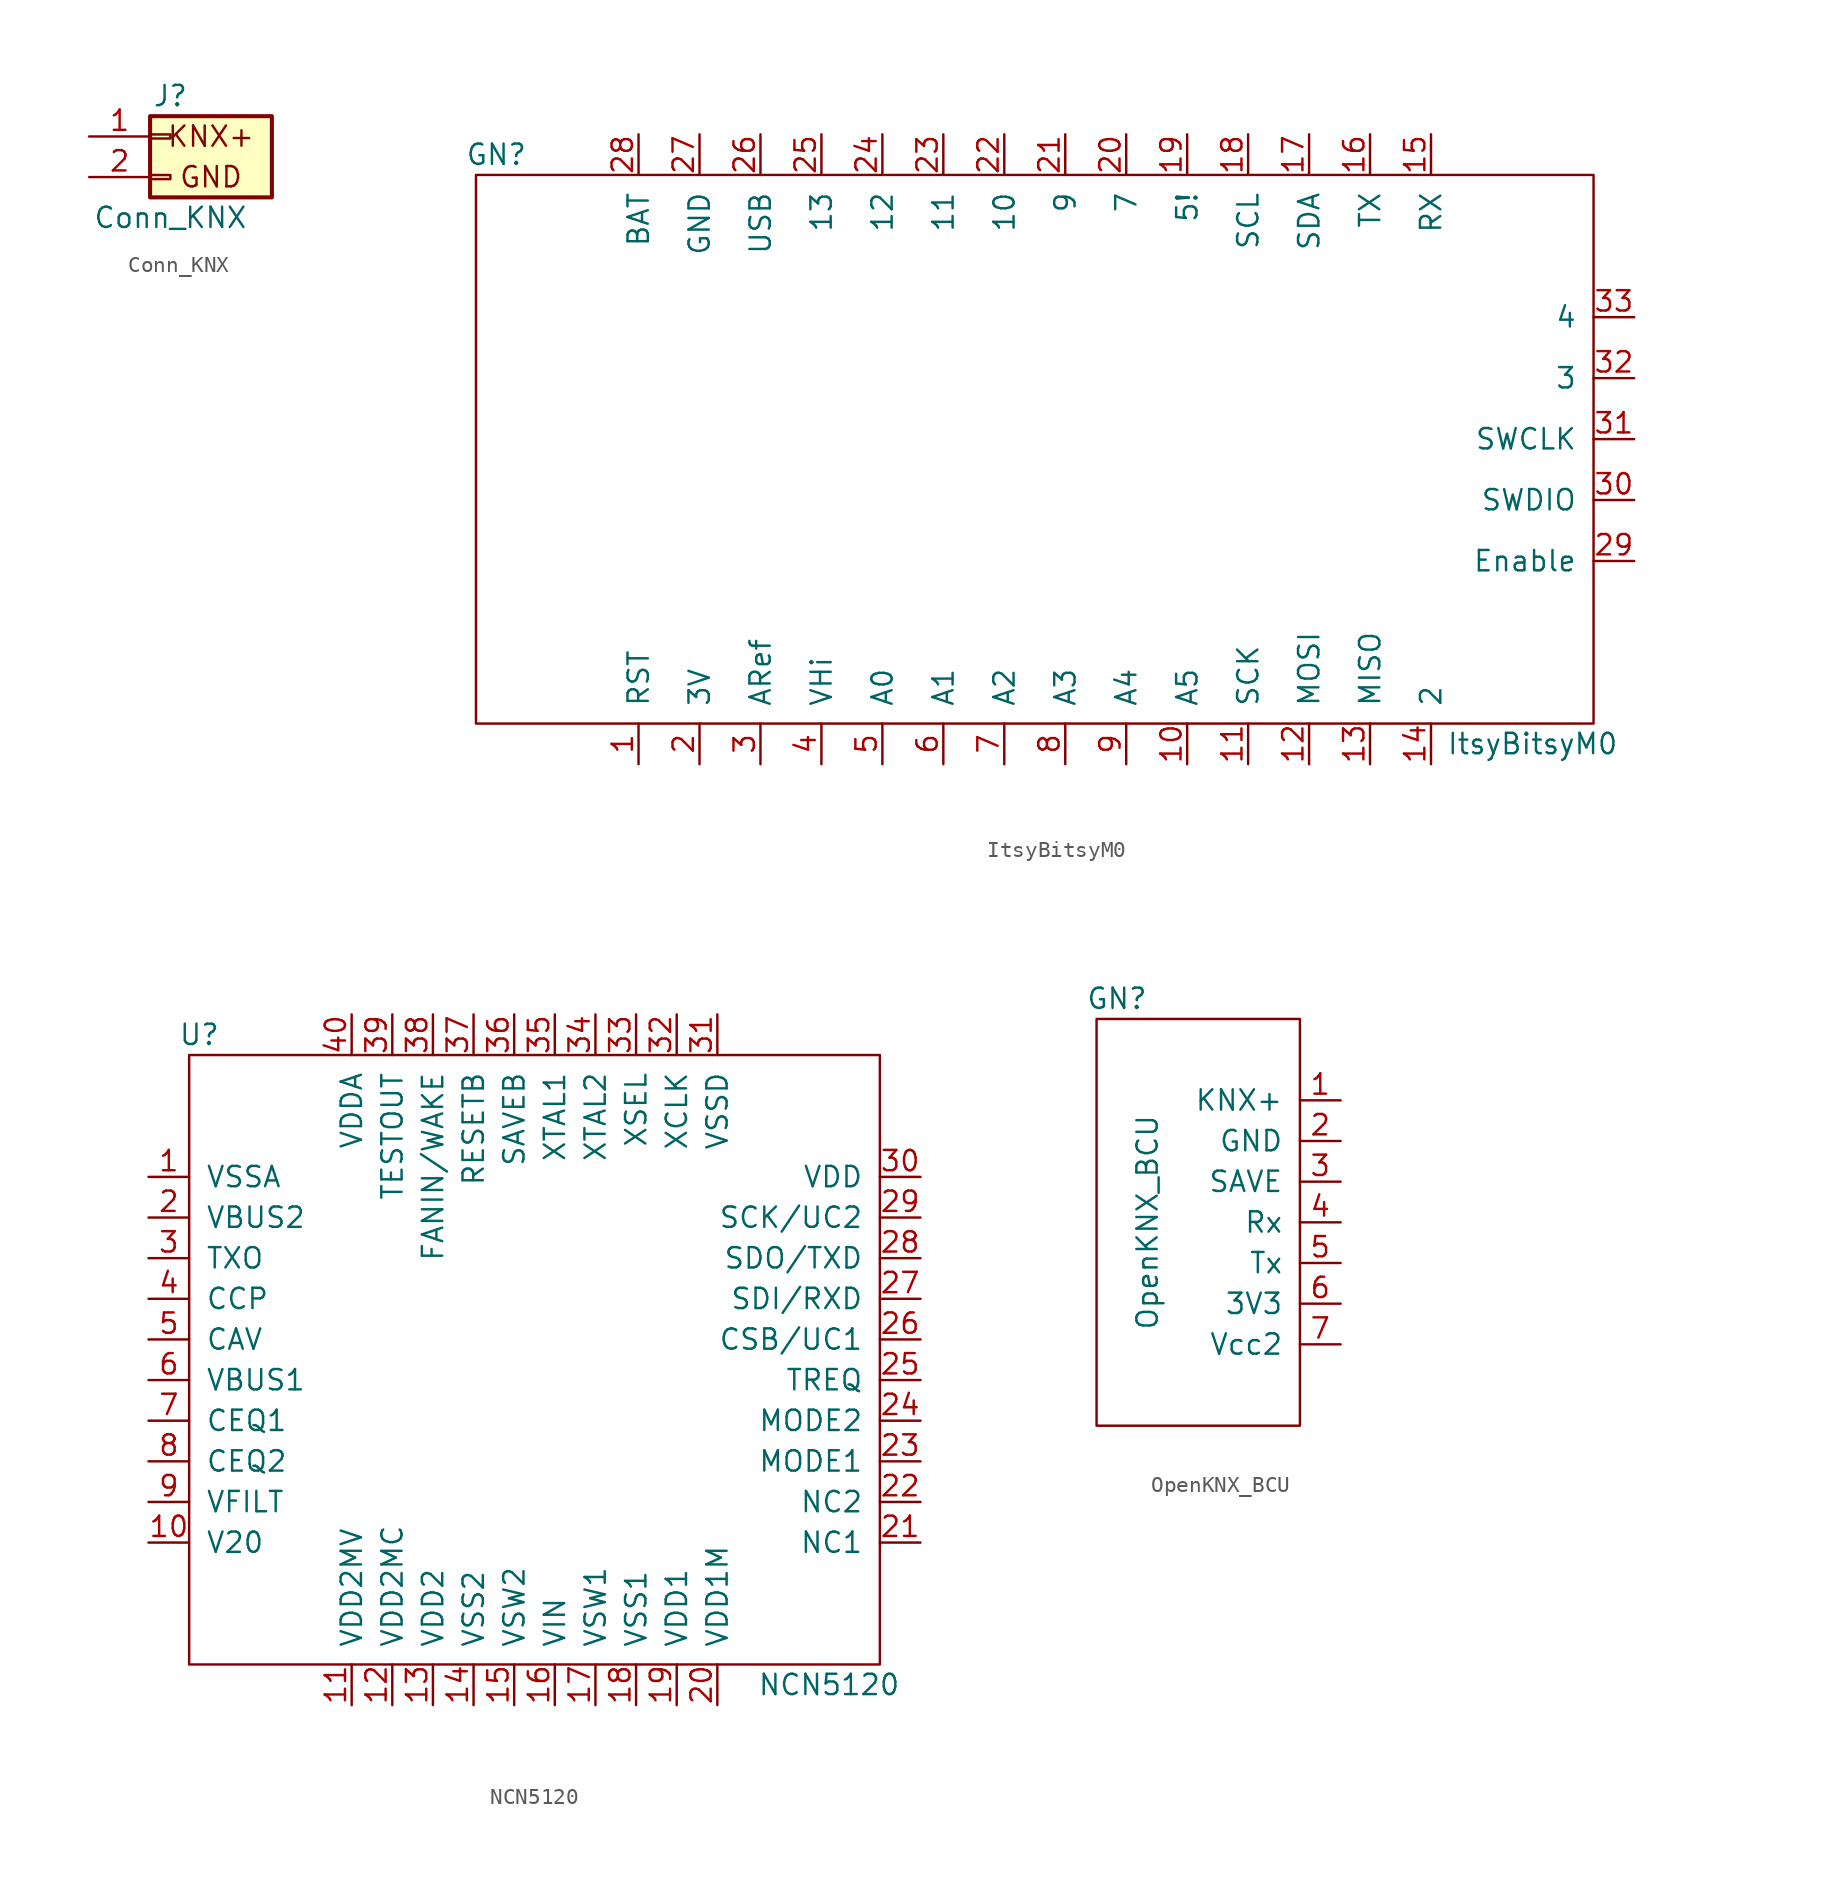
<source format=kicad_sym>
(kicad_symbol_lib
  (version 20231120)
  (generator "kicad_symbol_editor")
  (generator_version "8.0")
  (symbol "Conn_KNX"
    (pin_names
      (offset 1.016) hide)
    (property "Reference" "J"
      (at 0 2.54 0)
      (effects (font (size 1.27 1.27))))
    (property "Value" "Conn_KNX"
      (at 0 -5.08 0)
      (effects (font (size 1.27 1.27))))
    (symbol "Conn_KNX_0_0"
      (text "GND" (at 2.54 -2.54 0) (effects (font (size 1.27 1.27))))
      (text "KNX+" (at 2.54 0 0) (effects (font (size 1.27 1.27)))))
    (symbol "Conn_KNX_1_1"
      (rectangle (start -1.27 -2.413) (end 0 -2.667) (stroke (width 0.152) (type solid)) (fill (type none)))
      (rectangle (start -1.27 0.127) (end 0 -0.127) (stroke (width 0.152) (type solid)) (fill (type none)))
      (rectangle (start -1.27 1.27) (end 6.35 -3.81) (stroke (width 0.254) (type solid)) (fill (type background)))
      (pin passive line (at -5.08 0 0) (length 3.81) (name "Pin_1" (effects (font (size 1.27 1.27)))) (number "1" (effects (font (size 1.27 1.27)))))
      (pin passive line (at -5.08 -2.54 0) (length 3.81) (name "Pin_2" (effects (font (size 1.27 1.27)))) (number "2" (effects (font (size 1.27 1.27)))))))
  (symbol "ItsyBitsyM0"
    (pin_names
      (offset 1.016))
    (property "Reference" "GN"
      (at -33.02 17.78 0)
      (effects (font (size 1.27 1.27))))
    (property "Value" "ItsyBitsyM0"
      (at 31.75 -19.05 0)
      (effects (font (size 1.27 1.27))))
    (symbol "ItsyBitsyM0_0_1"
      (rectangle (start 35.56 16.51) (end -34.29 -17.78) (stroke (width 0) (type solid)) (fill (type none))))
    (symbol "ItsyBitsyM0_1_1"
      (pin input line (at -24.13 -20.32 90) (length 2.54) (name "RST" (effects (font (size 1.27 1.27)))) (number "1" (effects (font (size 1.27 1.27)))))
      (pin bidirectional line (at 10.16 -20.32 90) (length 2.54) (name "A5" (effects (font (size 1.27 1.27)))) (number "10" (effects (font (size 1.27 1.27)))))
      (pin bidirectional line (at 13.97 -20.32 90) (length 2.54) (name "SCK" (effects (font (size 1.27 1.27)))) (number "11" (effects (font (size 1.27 1.27)))))
      (pin bidirectional line (at 17.78 -20.32 90) (length 2.54) (name "MOSI" (effects (font (size 1.27 1.27)))) (number "12" (effects (font (size 1.27 1.27)))))
      (pin bidirectional line (at 21.59 -20.32 90) (length 2.54) (name "MISO" (effects (font (size 1.27 1.27)))) (number "13" (effects (font (size 1.27 1.27)))))
      (pin bidirectional line (at 25.4 -20.32 90) (length 2.54) (name "2" (effects (font (size 1.27 1.27)))) (number "14" (effects (font (size 1.27 1.27)))))
      (pin input line (at 25.4 19.05 270) (length 2.54) (name "RX" (effects (font (size 1.27 1.27)))) (number "15" (effects (font (size 1.27 1.27)))))
      (pin input line (at 21.59 19.05 270) (length 2.54) (name "TX" (effects (font (size 1.27 1.27)))) (number "16" (effects (font (size 1.27 1.27)))))
      (pin input line (at 17.78 19.05 270) (length 2.54) (name "SDA" (effects (font (size 1.27 1.27)))) (number "17" (effects (font (size 1.27 1.27)))))
      (pin input line (at 13.97 19.05 270) (length 2.54) (name "SCL" (effects (font (size 1.27 1.27)))) (number "18" (effects (font (size 1.27 1.27)))))
      (pin input line (at 10.16 19.05 270) (length 2.54) (name "5!" (effects (font (size 1.27 1.27)))) (number "19" (effects (font (size 1.27 1.27)))))
      (pin input line (at -20.32 -20.32 90) (length 2.54) (name "3V" (effects (font (size 1.27 1.27)))) (number "2" (effects (font (size 1.27 1.27)))))
      (pin input line (at 6.35 19.05 270) (length 2.54) (name "7" (effects (font (size 1.27 1.27)))) (number "20" (effects (font (size 1.27 1.27)))))
      (pin input line (at 2.54 19.05 270) (length 2.54) (name "9" (effects (font (size 1.27 1.27)))) (number "21" (effects (font (size 1.27 1.27)))))
      (pin input line (at -1.27 19.05 270) (length 2.54) (name "10" (effects (font (size 1.27 1.27)))) (number "22" (effects (font (size 1.27 1.27)))))
      (pin input line (at -5.08 19.05 270) (length 2.54) (name "11" (effects (font (size 1.27 1.27)))) (number "23" (effects (font (size 1.27 1.27)))))
      (pin input line (at -8.89 19.05 270) (length 2.54) (name "12" (effects (font (size 1.27 1.27)))) (number "24" (effects (font (size 1.27 1.27)))))
      (pin input line (at -12.7 19.05 270) (length 2.54) (name "13" (effects (font (size 1.27 1.27)))) (number "25" (effects (font (size 1.27 1.27)))))
      (pin input line (at -16.51 19.05 270) (length 2.54) (name "USB" (effects (font (size 1.27 1.27)))) (number "26" (effects (font (size 1.27 1.27)))))
      (pin input line (at -20.32 19.05 270) (length 2.54) (name "GND" (effects (font (size 1.27 1.27)))) (number "27" (effects (font (size 1.27 1.27)))))
      (pin input line (at -24.13 19.05 270) (length 2.54) (name "BAT" (effects (font (size 1.27 1.27)))) (number "28" (effects (font (size 1.27 1.27)))))
      (pin bidirectional line (at 38.1 -7.62 180) (length 2.54) (name "Enable" (effects (font (size 1.27 1.27)))) (number "29" (effects (font (size 1.27 1.27)))))
      (pin input line (at -16.51 -20.32 90) (length 2.54) (name "ARef" (effects (font (size 1.27 1.27)))) (number "3" (effects (font (size 1.27 1.27)))))
      (pin bidirectional line (at 38.1 -3.81 180) (length 2.54) (name "SWDIO" (effects (font (size 1.27 1.27)))) (number "30" (effects (font (size 1.27 1.27)))))
      (pin bidirectional line (at 38.1 0 180) (length 2.54) (name "SWCLK" (effects (font (size 1.27 1.27)))) (number "31" (effects (font (size 1.27 1.27)))))
      (pin bidirectional line (at 38.1 3.81 180) (length 2.54) (name "3" (effects (font (size 1.27 1.27)))) (number "32" (effects (font (size 1.27 1.27)))))
      (pin bidirectional line (at 38.1 7.62 180) (length 2.54) (name "4" (effects (font (size 1.27 1.27)))) (number "33" (effects (font (size 1.27 1.27)))))
      (pin bidirectional line (at -12.7 -20.32 90) (length 2.54) (name "VHi" (effects (font (size 1.27 1.27)))) (number "4" (effects (font (size 1.27 1.27)))))
      (pin bidirectional line (at -8.89 -20.32 90) (length 2.54) (name "A0" (effects (font (size 1.27 1.27)))) (number "5" (effects (font (size 1.27 1.27)))))
      (pin bidirectional line (at -5.08 -20.32 90) (length 2.54) (name "A1" (effects (font (size 1.27 1.27)))) (number "6" (effects (font (size 1.27 1.27)))))
      (pin bidirectional line (at -1.27 -20.32 90) (length 2.54) (name "A2" (effects (font (size 1.27 1.27)))) (number "7" (effects (font (size 1.27 1.27)))))
      (pin bidirectional line (at 2.54 -20.32 90) (length 2.54) (name "A3" (effects (font (size 1.27 1.27)))) (number "8" (effects (font (size 1.27 1.27)))))
      (pin bidirectional line (at 6.35 -20.32 90) (length 2.54) (name "A4" (effects (font (size 1.27 1.27)))) (number "9" (effects (font (size 1.27 1.27)))))))
  (symbol "NCN5120"
    (pin_names
      (offset 1.016))
    (property "Reference" "U"
      (at -19.685 19.05 0)
      (effects (font (size 1.27 1.27))))
    (property "Value" "NCN5120"
      (at 19.685 -21.59 0)
      (effects (font (size 1.27 1.27))))
    (symbol "NCN5120_0_1"
      (rectangle (start -20.32 17.78) (end 22.86 -20.32) (stroke (width 0) (type solid)) (fill (type none))))
    (symbol "NCN5120_1_1"
      (pin input line (at -22.86 10.16 0) (length 2.54) (name "VSSA" (effects (font (size 1.27 1.27)))) (number "1" (effects (font (size 1.27 1.27)))))
      (pin power_out line (at -22.86 -12.7 0) (length 2.54) (name "V20" (effects (font (size 1.27 1.27)))) (number "10" (effects (font (size 1.27 1.27)))))
      (pin input line (at -10.16 -22.86 90) (length 2.54) (name "VDD2MV" (effects (font (size 1.27 1.27)))) (number "11" (effects (font (size 1.27 1.27)))))
      (pin input line (at -7.62 -22.86 90) (length 2.54) (name "VDD2MC" (effects (font (size 1.27 1.27)))) (number "12" (effects (font (size 1.27 1.27)))))
      (pin input line (at -5.08 -22.86 90) (length 2.54) (name "VDD2" (effects (font (size 1.27 1.27)))) (number "13" (effects (font (size 1.27 1.27)))))
      (pin input line (at -2.54 -22.86 90) (length 2.54) (name "VSS2" (effects (font (size 1.27 1.27)))) (number "14" (effects (font (size 1.27 1.27)))))
      (pin input line (at 0 -22.86 90) (length 2.54) (name "VSW2" (effects (font (size 1.27 1.27)))) (number "15" (effects (font (size 1.27 1.27)))))
      (pin input line (at 2.54 -22.86 90) (length 2.54) (name "VIN" (effects (font (size 1.27 1.27)))) (number "16" (effects (font (size 1.27 1.27)))))
      (pin input line (at 5.08 -22.86 90) (length 2.54) (name "VSW1" (effects (font (size 1.27 1.27)))) (number "17" (effects (font (size 1.27 1.27)))))
      (pin input line (at 7.62 -22.86 90) (length 2.54) (name "VSS1" (effects (font (size 1.27 1.27)))) (number "18" (effects (font (size 1.27 1.27)))))
      (pin input line (at 10.16 -22.86 90) (length 2.54) (name "VDD1" (effects (font (size 1.27 1.27)))) (number "19" (effects (font (size 1.27 1.27)))))
      (pin input line (at -22.86 7.62 0) (length 2.54) (name "VBUS2" (effects (font (size 1.27 1.27)))) (number "2" (effects (font (size 1.27 1.27)))))
      (pin input line (at 12.7 -22.86 90) (length 2.54) (name "VDD1M" (effects (font (size 1.27 1.27)))) (number "20" (effects (font (size 1.27 1.27)))))
      (pin input line (at 25.4 -12.7 180) (length 2.54) (name "NC1" (effects (font (size 1.27 1.27)))) (number "21" (effects (font (size 1.27 1.27)))))
      (pin input line (at 25.4 -10.16 180) (length 2.54) (name "NC2" (effects (font (size 1.27 1.27)))) (number "22" (effects (font (size 1.27 1.27)))))
      (pin input line (at 25.4 -7.62 180) (length 2.54) (name "MODE1" (effects (font (size 1.27 1.27)))) (number "23" (effects (font (size 1.27 1.27)))))
      (pin input line (at 25.4 -5.08 180) (length 2.54) (name "MODE2" (effects (font (size 1.27 1.27)))) (number "24" (effects (font (size 1.27 1.27)))))
      (pin input line (at 25.4 -2.54 180) (length 2.54) (name "TREQ" (effects (font (size 1.27 1.27)))) (number "25" (effects (font (size 1.27 1.27)))))
      (pin input line (at 25.4 0 180) (length 2.54) (name "CSB/UC1" (effects (font (size 1.27 1.27)))) (number "26" (effects (font (size 1.27 1.27)))))
      (pin input line (at 25.4 2.54 180) (length 2.54) (name "SDI/RXD" (effects (font (size 1.27 1.27)))) (number "27" (effects (font (size 1.27 1.27)))))
      (pin input line (at 25.4 5.08 180) (length 2.54) (name "SDO/TXD" (effects (font (size 1.27 1.27)))) (number "28" (effects (font (size 1.27 1.27)))))
      (pin input line (at 25.4 7.62 180) (length 2.54) (name "SCK/UC2" (effects (font (size 1.27 1.27)))) (number "29" (effects (font (size 1.27 1.27)))))
      (pin input line (at -22.86 5.08 0) (length 2.54) (name "TXO" (effects (font (size 1.27 1.27)))) (number "3" (effects (font (size 1.27 1.27)))))
      (pin input line (at 25.4 10.16 180) (length 2.54) (name "VDD" (effects (font (size 1.27 1.27)))) (number "30" (effects (font (size 1.27 1.27)))))
      (pin input line (at 12.7 20.32 270) (length 2.54) (name "VSSD" (effects (font (size 1.27 1.27)))) (number "31" (effects (font (size 1.27 1.27)))))
      (pin input line (at 10.16 20.32 270) (length 2.54) (name "XCLK" (effects (font (size 1.27 1.27)))) (number "32" (effects (font (size 1.27 1.27)))))
      (pin input line (at 7.62 20.32 270) (length 2.54) (name "XSEL" (effects (font (size 1.27 1.27)))) (number "33" (effects (font (size 1.27 1.27)))))
      (pin input line (at 5.08 20.32 270) (length 2.54) (name "XTAL2" (effects (font (size 1.27 1.27)))) (number "34" (effects (font (size 1.27 1.27)))))
      (pin input line (at 2.54 20.32 270) (length 2.54) (name "XTAL1" (effects (font (size 1.27 1.27)))) (number "35" (effects (font (size 1.27 1.27)))))
      (pin input line (at 0 20.32 270) (length 2.54) (name "SAVEB" (effects (font (size 1.27 1.27)))) (number "36" (effects (font (size 1.27 1.27)))))
      (pin input line (at -2.54 20.32 270) (length 2.54) (name "RESETB" (effects (font (size 1.27 1.27)))) (number "37" (effects (font (size 1.27 1.27)))))
      (pin input line (at -5.08 20.32 270) (length 2.54) (name "FANIN/WAKE" (effects (font (size 1.27 1.27)))) (number "38" (effects (font (size 1.27 1.27)))))
      (pin input line (at -7.62 20.32 270) (length 2.54) (name "TESTOUT" (effects (font (size 1.27 1.27)))) (number "39" (effects (font (size 1.27 1.27)))))
      (pin input line (at -22.86 2.54 0) (length 2.54) (name "CCP" (effects (font (size 1.27 1.27)))) (number "4" (effects (font (size 1.27 1.27)))))
      (pin input line (at -10.16 20.32 270) (length 2.54) (name "VDDA" (effects (font (size 1.27 1.27)))) (number "40" (effects (font (size 1.27 1.27)))))
      (pin input line (at -22.86 0 0) (length 2.54) (name "CAV" (effects (font (size 1.27 1.27)))) (number "5" (effects (font (size 1.27 1.27)))))
      (pin input line (at -22.86 -2.54 0) (length 2.54) (name "VBUS1" (effects (font (size 1.27 1.27)))) (number "6" (effects (font (size 1.27 1.27)))))
      (pin input line (at -22.86 -5.08 0) (length 2.54) (name "CEQ1" (effects (font (size 1.27 1.27)))) (number "7" (effects (font (size 1.27 1.27)))))
      (pin input line (at -22.86 -7.62 0) (length 2.54) (name "CEQ2" (effects (font (size 1.27 1.27)))) (number "8" (effects (font (size 1.27 1.27)))))
      (pin input line (at -22.86 -10.16 0) (length 2.54) (name "VFILT" (effects (font (size 1.27 1.27)))) (number "9" (effects (font (size 1.27 1.27)))))))
  (symbol "OpenKNX_BCU"
    (pin_names
      (offset 1.016))
    (property "Reference" "GN"
      (at -5.08 13.97 0)
      (effects (font (size 1.27 1.27))))
    (property "Value" "OpenKNX_BCU"
      (at -3.175 0 90)
      (effects (font (size 1.27 1.27))))
    (symbol "OpenKNX_BCU_0_1"
      (rectangle (start 6.35 12.7) (end -6.35 -12.7) (stroke (width 0) (type solid)) (fill (type none))))
    (symbol "OpenKNX_BCU_1_1"
      (pin bidirectional line (at 8.89 7.62 180) (length 2.54) (name "KNX+" (effects (font (size 1.27 1.27)))) (number "1" (effects (font (size 1.27 1.27)))))
      (pin bidirectional line (at 8.89 5.08 180) (length 2.54) (name "GND" (effects (font (size 1.27 1.27)))) (number "2" (effects (font (size 1.27 1.27)))))
      (pin output line (at 8.89 2.54 180) (length 2.54) (name "SAVE" (effects (font (size 1.27 1.27)))) (number "3" (effects (font (size 1.27 1.27)))))
      (pin input line (at 8.89 0 180) (length 2.54) (name "Rx" (effects (font (size 1.27 1.27)))) (number "4" (effects (font (size 1.27 1.27)))))
      (pin output line (at 8.89 -2.54 180) (length 2.54) (name "Tx" (effects (font (size 1.27 1.27)))) (number "5" (effects (font (size 1.27 1.27)))))
      (pin power_out line (at 8.89 -5.08 180) (length 2.54) (name "3V3" (effects (font (size 1.27 1.27)))) (number "6" (effects (font (size 1.27 1.27)))))
      (pin power_out line (at 8.89 -7.62 180) (length 2.54) (name "Vcc2" (effects (font (size 1.27 1.27)))) (number "7" (effects (font (size 1.27 1.27))))))))
</source>
